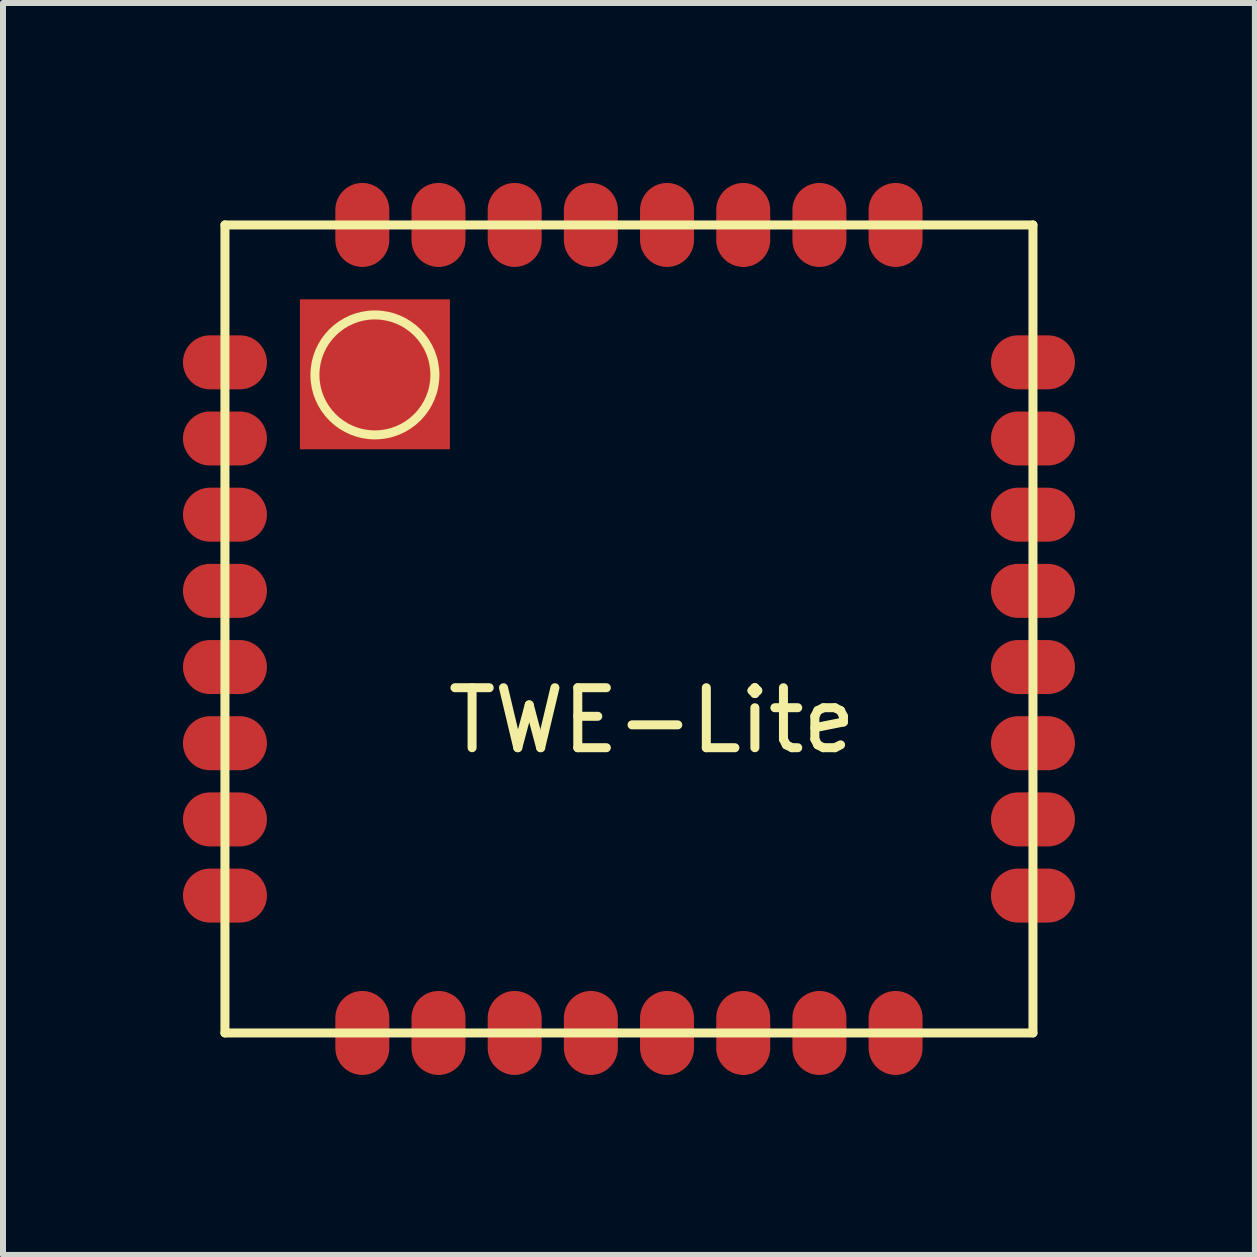
<source format=kicad_pcb>
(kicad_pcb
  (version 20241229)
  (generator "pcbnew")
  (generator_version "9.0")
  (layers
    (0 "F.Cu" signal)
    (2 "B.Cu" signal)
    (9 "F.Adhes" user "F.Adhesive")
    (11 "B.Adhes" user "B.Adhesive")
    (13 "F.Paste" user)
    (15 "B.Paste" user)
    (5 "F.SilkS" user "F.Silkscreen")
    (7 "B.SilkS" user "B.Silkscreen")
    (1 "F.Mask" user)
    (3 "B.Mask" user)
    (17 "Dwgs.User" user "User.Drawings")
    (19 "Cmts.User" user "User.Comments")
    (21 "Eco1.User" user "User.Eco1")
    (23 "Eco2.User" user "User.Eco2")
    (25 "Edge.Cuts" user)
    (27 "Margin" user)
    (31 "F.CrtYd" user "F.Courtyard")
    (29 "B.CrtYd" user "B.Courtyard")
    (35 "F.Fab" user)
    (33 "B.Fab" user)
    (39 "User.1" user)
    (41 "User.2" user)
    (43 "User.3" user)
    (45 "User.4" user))
  (footprint "TWE-Lite"
    (layer "F.Cu")
    (at 0.7 2.99)
    (property "Reference" "TWE-Lite" (at 7.12 5.97 0) (layer "F.SilkS") (effects (font (size 1 1) (thickness 0.15))))
    (attr through_hole)
    (fp_line (start 0 -2.29) (end 13.47 -2.29) (stroke (width 0.15) (type solid)) (layer "F.SilkS"))
    (fp_line (start 0 11.18) (end 0 -2.29) (stroke (width 0.15) (type solid)) (layer "F.SilkS"))
    (fp_line (start 13.47 -2.29) (end 13.47 11.18) (stroke (width 0.15) (type solid)) (layer "F.SilkS"))
    (fp_line (start 13.47 11.18) (end 0 11.18) (stroke (width 0.15) (type solid)) (layer "F.SilkS"))
    (fp_circle (center 2.5 0.21) (end 3.5 0.21) (stroke (width 0.15) (type solid)) (fill no) (layer "F.SilkS"))
    (pad "1" smd oval (at 0 0) (size 1.4 0.9) (layers "F.Cu" "F.Mask" "F.Paste"))
    (pad "2" smd oval (at 0 1.27) (size 1.4 0.9) (layers "F.Cu" "F.Mask" "F.Paste"))
    (pad "3" smd oval (at 0 2.54) (size 1.4 0.9) (layers "F.Cu" "F.Mask" "F.Paste"))
    (pad "4" smd oval (at 0 3.81) (size 1.4 0.9) (layers "F.Cu" "F.Mask" "F.Paste"))
    (pad "5" smd oval (at 0 5.08) (size 1.4 0.9) (layers "F.Cu" "F.Mask" "F.Paste"))
    (pad "6" smd oval (at 0 6.35) (size 1.4 0.9) (layers "F.Cu" "F.Mask" "F.Paste"))
    (pad "7" smd oval (at 0 7.62) (size 1.4 0.9) (layers "F.Cu" "F.Mask" "F.Paste"))
    (pad "8" smd oval (at 0 8.89) (size 1.4 0.9) (layers "F.Cu" "F.Mask" "F.Paste"))
    (pad "9" smd oval (at 2.29 11.18) (size 0.9 1.4) (layers "F.Cu" "F.Mask" "F.Paste"))
    (pad "10" smd oval (at 3.56 11.18) (size 0.9 1.4) (layers "F.Cu" "F.Mask" "F.Paste"))
    (pad "11" smd oval (at 4.83 11.18) (size 0.9 1.4) (layers "F.Cu" "F.Mask" "F.Paste"))
    (pad "12" smd oval (at 6.1 11.18) (size 0.9 1.4) (layers "F.Cu" "F.Mask" "F.Paste"))
    (pad "13" smd oval (at 7.37 11.18) (size 0.9 1.4) (layers "F.Cu" "F.Mask" "F.Paste"))
    (pad "14" smd oval (at 8.64 11.18) (size 0.9 1.4) (layers "F.Cu" "F.Mask" "F.Paste"))
    (pad "15" smd oval (at 9.91 11.18) (size 0.9 1.4) (layers "F.Cu" "F.Mask" "F.Paste"))
    (pad "16" smd oval (at 11.18 11.18) (size 0.9 1.4) (layers "F.Cu" "F.Mask" "F.Paste"))
    (pad "17" smd oval (at 13.47 8.89) (size 1.4 0.9) (layers "F.Cu" "F.Mask" "F.Paste"))
    (pad "18" smd oval (at 13.47 7.62) (size 1.4 0.9) (layers "F.Cu" "F.Mask" "F.Paste"))
    (pad "19" smd oval (at 13.47 6.35) (size 1.4 0.9) (layers "F.Cu" "F.Mask" "F.Paste"))
    (pad "20" smd oval (at 13.47 5.08) (size 1.4 0.9) (layers "F.Cu" "F.Mask" "F.Paste"))
    (pad "21" smd oval (at 13.47 3.81) (size 1.4 0.9) (layers "F.Cu" "F.Mask" "F.Paste"))
    (pad "22" smd oval (at 13.47 2.54) (size 1.4 0.9) (layers "F.Cu" "F.Mask" "F.Paste"))
    (pad "23" smd oval (at 13.47 1.27) (size 1.4 0.9) (layers "F.Cu" "F.Mask" "F.Paste"))
    (pad "24" smd oval (at 13.47 0) (size 1.4 0.9) (layers "F.Cu" "F.Mask" "F.Paste"))
    (pad "25" smd oval (at 11.18 -2.29) (size 0.9 1.4) (layers "F.Cu" "F.Mask" "F.Paste"))
    (pad "26" smd oval (at 9.91 -2.29) (size 0.9 1.4) (layers "F.Cu" "F.Mask" "F.Paste"))
    (pad "27" smd oval (at 8.64 -2.29) (size 0.9 1.4) (layers "F.Cu" "F.Mask" "F.Paste"))
    (pad "28" smd oval (at 7.37 -2.29) (size 0.9 1.4) (layers "F.Cu" "F.Mask" "F.Paste"))
    (pad "29" smd oval (at 6.1 -2.29) (size 0.9 1.4) (layers "F.Cu" "F.Mask" "F.Paste"))
    (pad "30" smd oval (at 4.83 -2.29) (size 0.9 1.4) (layers "F.Cu" "F.Mask" "F.Paste"))
    (pad "31" smd oval (at 3.56 -2.29) (size 0.9 1.4) (layers "F.Cu" "F.Mask" "F.Paste"))
    (pad "32" smd oval (at 2.29 -2.29) (size 0.9 1.4) (layers "F.Cu" "F.Mask" "F.Paste"))
    (pad "33" smd rect (at 2.5 0.2) (size 2.5 2.5) (layers "F.Cu" "F.Mask" "F.Paste")))
  (gr_rect
    (start -3 -3)
    (end 17.87 17.87)
    (stroke (width 0.1) (type default))
    (fill no)
    (layer "Edge.Cuts")))
</source>
